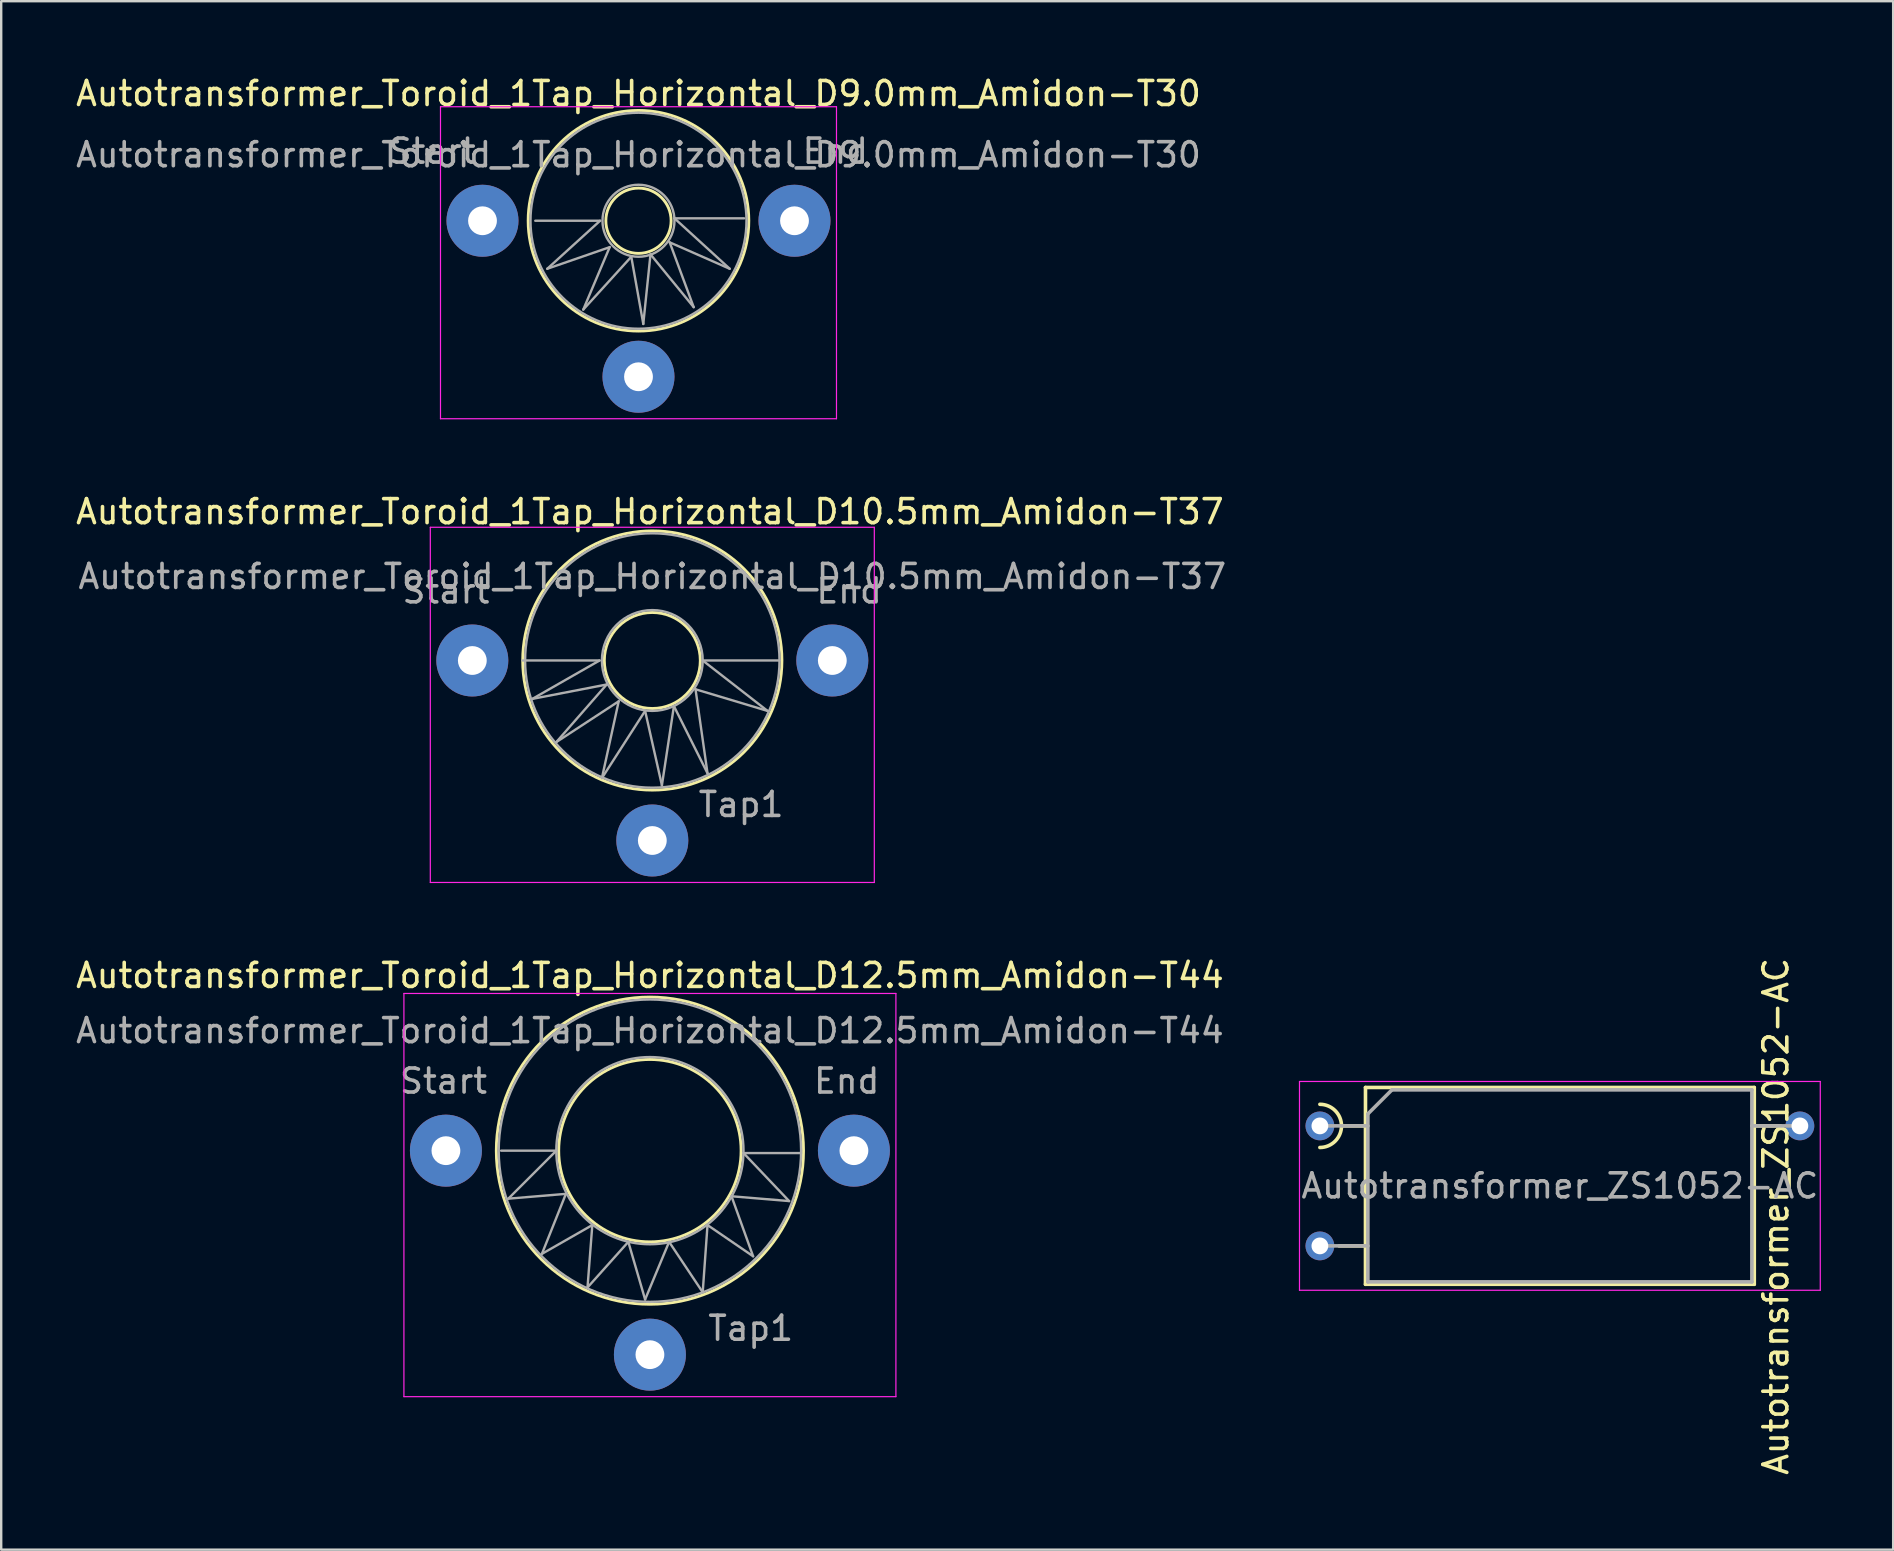
<source format=kicad_pcb>
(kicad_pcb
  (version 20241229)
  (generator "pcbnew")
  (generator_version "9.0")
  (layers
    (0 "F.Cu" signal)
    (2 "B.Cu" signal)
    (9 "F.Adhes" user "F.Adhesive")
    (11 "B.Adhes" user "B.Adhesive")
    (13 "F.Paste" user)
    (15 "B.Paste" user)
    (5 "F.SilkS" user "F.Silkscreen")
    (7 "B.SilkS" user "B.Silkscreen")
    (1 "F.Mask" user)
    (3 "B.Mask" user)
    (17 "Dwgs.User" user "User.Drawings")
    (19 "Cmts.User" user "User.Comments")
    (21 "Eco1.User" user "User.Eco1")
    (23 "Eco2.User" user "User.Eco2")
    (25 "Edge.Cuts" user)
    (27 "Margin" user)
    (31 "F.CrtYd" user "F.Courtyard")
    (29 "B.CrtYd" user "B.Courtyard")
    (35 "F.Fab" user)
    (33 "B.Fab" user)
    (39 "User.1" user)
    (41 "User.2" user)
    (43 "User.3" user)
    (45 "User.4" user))
  (footprint "Autotransformer_ZS1052-AC"
    (layer "F.Cu")
    (at 51.946 43.863)
    (property "Reference" "Autotransformer_ZS1052-AC" (at 19 3.77 90) (layer "F.SilkS") (effects (font (size 1 1) (thickness 0.15))))
    (attr through_hole)
    (fp_line (start 0.8 5) (end 1.9 5) (stroke (width 0.15) (type solid)) (layer "F.SilkS"))
    (fp_line (start 0.9 0) (end 1.9 0) (stroke (width 0.15) (type solid)) (layer "F.SilkS"))
    (fp_line (start 1.9 -1.6) (end 1.9 6.6) (stroke (width 0.15) (type solid)) (layer "F.SilkS"))
    (fp_line (start 1.9 6.6) (end 18.1 6.6) (stroke (width 0.15) (type solid)) (layer "F.SilkS"))
    (fp_line (start 18.1 -1.6) (end 1.9 -1.6) (stroke (width 0.15) (type solid)) (layer "F.SilkS"))
    (fp_line (start 18.1 6.6) (end 18.1 -1.6) (stroke (width 0.15) (type solid)) (layer "F.SilkS"))
    (fp_line (start 19.2 0) (end 18.1 0) (stroke (width 0.15) (type solid)) (layer "F.SilkS"))
    (fp_arc (start 0 -0.9) (mid 0.9 0) (end 0 0.9) (stroke (width 0.15) (type solid)) (layer "F.SilkS"))
    (fp_line (start -0.85 -1.85) (end -0.85 6.85) (stroke (width 0.05) (type solid)) (layer "F.CrtYd"))
    (fp_line (start -0.85 6.85) (end 20.85 6.85) (stroke (width 0.05) (type solid)) (layer "F.CrtYd"))
    (fp_line (start 20.85 -1.85) (end -0.85 -1.85) (stroke (width 0.05) (type solid)) (layer "F.CrtYd"))
    (fp_line (start 20.85 6.85) (end 20.85 -1.85) (stroke (width 0.05) (type solid)) (layer "F.CrtYd"))
    (fp_line (start 0 0) (end 2 0) (stroke (width 0.15) (type solid)) (layer "F.Fab"))
    (fp_line (start 0 5) (end 2 5) (stroke (width 0.15) (type solid)) (layer "F.Fab"))
    (fp_line (start 2 -0.5) (end 2 6.5) (stroke (width 0.15) (type solid)) (layer "F.Fab"))
    (fp_line (start 2 -0.5) (end 3 -1.5) (stroke (width 0.15) (type solid)) (layer "F.Fab"))
    (fp_line (start 2 6.5) (end 18 6.5) (stroke (width 0.15) (type solid)) (layer "F.Fab"))
    (fp_line (start 18 -1.5) (end 3 -1.5) (stroke (width 0.15) (type solid)) (layer "F.Fab"))
    (fp_line (start 18 6.5) (end 18 -1.5) (stroke (width 0.15) (type solid)) (layer "F.Fab"))
    (fp_line (start 20 0) (end 18 0) (stroke (width 0.15) (type solid)) (layer "F.Fab"))
    (fp_text user "${REFERENCE}" (at 10 2.5 0) (layer "F.Fab") (effects (font (size 1 1) (thickness 0.15))))
    (pad "1" thru_hole circle (at 0 0 270) (size 1.2 1.2) (drill 0.7) (layers "*.Cu" "*.Mask"))
    (pad "2" thru_hole circle (at 20 0 270) (size 1.2 1.2) (drill 0.7) (layers "*.Cu" "*.Mask"))
    (pad "3" thru_hole circle (at 0 5 270) (size 1.2 1.2) (drill 0.7) (layers "*.Cu" "*.Mask")))
  (footprint "Autotransformer_Toroid_1Tap_Horizontal_D10.5mm_Amidon-T37"
    (layer "F.Cu")
    (at 16.63 24.471)
    (property "Reference" "Autotransformer_Toroid_1Tap_Horizontal_D10.5mm_Amidon-T37" (at 7.4 -6.2 0) (layer "F.SilkS") (effects (font (size 1 1) (thickness 0.15))))
    (attr through_hole)
    (fp_circle (center 7.5 0) (end 9.5 0) (stroke (width 0.12) (type solid)) (fill no) (layer "F.SilkS"))
    (fp_circle (center 7.5 0) (end 12.9 0) (stroke (width 0.12) (type solid)) (fill no) (layer "F.SilkS"))
    (fp_line (start -1.75 -5.55) (end -1.75 9.25) (stroke (width 0.05) (type solid)) (layer "F.CrtYd"))
    (fp_line (start -1.75 -5.55) (end 16.75 -5.55) (stroke (width 0.05) (type solid)) (layer "F.CrtYd"))
    (fp_line (start 16.75 9.25) (end -1.75 9.25) (stroke (width 0.05) (type solid)) (layer "F.CrtYd"))
    (fp_line (start 16.75 9.25) (end 16.75 -5.55) (stroke (width 0.05) (type solid)) (layer "F.CrtYd"))
    (fp_line (start 2.1 0) (end 5.3 0) (stroke (width 0.1) (type solid)) (layer "F.Fab"))
    (fp_line (start 2.5 1.6) (end 5.6 1) (stroke (width 0.1) (type solid)) (layer "F.Fab"))
    (fp_line (start 3.5 3.4) (end 6.1 1.7) (stroke (width 0.1) (type solid)) (layer "F.Fab"))
    (fp_line (start 5.3 0) (end 2.5 1.6) (stroke (width 0.1) (type solid)) (layer "F.Fab"))
    (fp_line (start 5.4 4.9) (end 7.2 2.1) (stroke (width 0.1) (type solid)) (layer "F.Fab"))
    (fp_line (start 5.6 1) (end 3.5 3.4) (stroke (width 0.1) (type solid)) (layer "F.Fab"))
    (fp_line (start 6.1 1.7) (end 5.4 4.9) (stroke (width 0.1) (type solid)) (layer "F.Fab"))
    (fp_line (start 7.2 2.1) (end 7.9 5.2) (stroke (width 0.1) (type solid)) (layer "F.Fab"))
    (fp_line (start 7.9 5.2) (end 8.4 1.9) (stroke (width 0.1) (type solid)) (layer "F.Fab"))
    (fp_line (start 8.4 1.9) (end 9.8 4.7) (stroke (width 0.1) (type solid)) (layer "F.Fab"))
    (fp_line (start 9.3 1.2) (end 12.3 2.1) (stroke (width 0.1) (type solid)) (layer "F.Fab"))
    (fp_line (start 9.6 0) (end 12.8 0) (stroke (width 0.1) (type solid)) (layer "F.Fab"))
    (fp_line (start 9.8 4.7) (end 9.3 1.2) (stroke (width 0.1) (type solid)) (layer "F.Fab"))
    (fp_line (start 12.3 2.1) (end 9.6 0) (stroke (width 0.1) (type solid)) (layer "F.Fab"))
    (fp_circle (center 7.5 0) (end 9.6 0) (stroke (width 0.1) (type solid)) (fill no) (layer "F.Fab"))
    (fp_circle (center 7.5 0) (end 12.8 0) (stroke (width 0.1) (type solid)) (fill no) (layer "F.Fab"))
    (fp_text user "End" (at 15.7 -2.9 0) (layer "F.Fab") (effects (font (size 1 1) (thickness 0.15))))
    (fp_text user "Tap1" (at 11.2 6 0) (layer "F.Fab") (effects (font (size 1 1) (thickness 0.15))))
    (fp_text user "${REFERENCE}" (at 7.5 -3.5 0) (layer "F.Fab") (effects (font (size 1 1) (thickness 0.15))))
    (fp_text user "Start" (at -1.1 -2.9 0) (layer "F.Fab") (effects (font (size 1 1) (thickness 0.15))))
    (pad "1" thru_hole circle (at 0 0) (size 3 3) (drill 1.2) (layers "*.Cu" "*.Mask"))
    (pad "2" thru_hole circle (at 7.5 7.5) (size 3 3) (drill 1.2) (layers "*.Cu" "*.Mask"))
    (pad "3" thru_hole circle (at 15 0) (size 3 3) (drill 1.2) (layers "*.Cu" "*.Mask")))
  (footprint "Autotransformer_Toroid_1Tap_Horizontal_D12.5mm_Amidon-T44"
    (layer "F.Cu")
    (at 15.53 44.895)
    (property "Reference" "Autotransformer_Toroid_1Tap_Horizontal_D12.5mm_Amidon-T44" (at 8.5 -7.3 0) (layer "F.SilkS") (effects (font (size 1 1) (thickness 0.15))))
    (attr through_hole)
    (fp_circle (center 8.5 0) (end 12.3 0) (stroke (width 0.12) (type solid)) (fill no) (layer "F.SilkS"))
    (fp_circle (center 8.5 0) (end 14.9 0) (stroke (width 0.12) (type solid)) (fill no) (layer "F.SilkS"))
    (fp_line (start -1.75 -6.55) (end -1.75 10.25) (stroke (width 0.05) (type solid)) (layer "F.CrtYd"))
    (fp_line (start -1.75 -6.55) (end 18.75 -6.55) (stroke (width 0.05) (type solid)) (layer "F.CrtYd"))
    (fp_line (start 18.75 10.25) (end -1.75 10.25) (stroke (width 0.05) (type solid)) (layer "F.CrtYd"))
    (fp_line (start 18.75 10.25) (end 18.75 -6.55) (stroke (width 0.05) (type solid)) (layer "F.CrtYd"))
    (fp_line (start 2.3 0) (end 4.6 0) (stroke (width 0.1) (type solid)) (layer "F.Fab"))
    (fp_line (start 2.6 2) (end 5 1.8) (stroke (width 0.1) (type solid)) (layer "F.Fab"))
    (fp_line (start 4 4.3) (end 6.1 3.1) (stroke (width 0.1) (type solid)) (layer "F.Fab"))
    (fp_line (start 4.6 0) (end 2.6 2) (stroke (width 0.1) (type solid)) (layer "F.Fab"))
    (fp_line (start 5 1.8) (end 4 4.3) (stroke (width 0.1) (type solid)) (layer "F.Fab"))
    (fp_line (start 5.9 5.7) (end 7.6 3.8) (stroke (width 0.1) (type solid)) (layer "F.Fab"))
    (fp_line (start 6.1 3.1) (end 5.9 5.7) (stroke (width 0.1) (type solid)) (layer "F.Fab"))
    (fp_line (start 7.6 3.8) (end 8.3 6.2) (stroke (width 0.1) (type solid)) (layer "F.Fab"))
    (fp_line (start 8.3 6.2) (end 9.3 3.8) (stroke (width 0.1) (type solid)) (layer "F.Fab"))
    (fp_line (start 9.3 3.8) (end 10.7 5.9) (stroke (width 0.1) (type solid)) (layer "F.Fab"))
    (fp_line (start 10.7 5.9) (end 10.9 3.1) (stroke (width 0.1) (type solid)) (layer "F.Fab"))
    (fp_line (start 10.9 3.1) (end 12.8 4.4) (stroke (width 0.1) (type solid)) (layer "F.Fab"))
    (fp_line (start 11.9 1.9) (end 14.3 2.1) (stroke (width 0.1) (type solid)) (layer "F.Fab"))
    (fp_line (start 12.4 0.1) (end 14.8 0.1) (stroke (width 0.1) (type solid)) (layer "F.Fab"))
    (fp_line (start 12.8 4.4) (end 11.9 1.9) (stroke (width 0.1) (type solid)) (layer "F.Fab"))
    (fp_line (start 14.3 2.1) (end 12.4 0.1) (stroke (width 0.1) (type solid)) (layer "F.Fab"))
    (fp_circle (center 8.5 0) (end 12.4 0) (stroke (width 0.1) (type solid)) (fill no) (layer "F.Fab"))
    (fp_circle (center 8.5 0) (end 14.8 0) (stroke (width 0.1) (type solid)) (fill no) (layer "F.Fab"))
    (fp_text user "Tap1" (at 12.7 7.4 0) (layer "F.Fab") (effects (font (size 1 1) (thickness 0.15))))
    (fp_text user "End" (at 16.7 -2.9 0) (layer "F.Fab") (effects (font (size 1 1) (thickness 0.15))))
    (fp_text user "Start" (at -0.1 -2.9 0) (layer "F.Fab") (effects (font (size 1 1) (thickness 0.15))))
    (fp_text user "${REFERENCE}" (at 8.5 -5 0) (layer "F.Fab") (effects (font (size 1 1) (thickness 0.15))))
    (pad "1" thru_hole circle (at 0 0) (size 3 3) (drill 1.2) (layers "*.Cu" "*.Mask"))
    (pad "2" thru_hole circle (at 8.5 8.5) (size 3 3) (drill 1.2) (layers "*.Cu" "*.Mask"))
    (pad "3" thru_hole circle (at 17 0) (size 3 3) (drill 1.2) (layers "*.Cu" "*.Mask")))
  (footprint "Autotransformer_Toroid_1Tap_Horizontal_D9.0mm_Amidon-T30"
    (layer "F.Cu")
    (at 17.054 6.148)
    (property "Reference" "Autotransformer_Toroid_1Tap_Horizontal_D9.0mm_Amidon-T30" (at 6.5 -5.3 0) (layer "F.SilkS") (effects (font (size 1 1) (thickness 0.15))))
    (attr through_hole)
    (fp_circle (center 6.5 0) (end 7.6 0.8) (stroke (width 0.12) (type solid)) (fill no) (layer "F.SilkS"))
    (fp_circle (center 6.5 0) (end 9.8 3.2) (stroke (width 0.12) (type solid)) (fill no) (layer "F.SilkS"))
    (fp_line (start -1.75 -4.75) (end -1.75 8.25) (stroke (width 0.05) (type solid)) (layer "F.CrtYd"))
    (fp_line (start -1.75 -4.75) (end 14.75 -4.75) (stroke (width 0.05) (type solid)) (layer "F.CrtYd"))
    (fp_line (start 14.75 8.25) (end -1.75 8.25) (stroke (width 0.05) (type solid)) (layer "F.CrtYd"))
    (fp_line (start 14.75 8.25) (end 14.75 -4.75) (stroke (width 0.05) (type solid)) (layer "F.CrtYd"))
    (fp_line (start 2.2 0) (end 4.9 0) (stroke (width 0.1) (type solid)) (layer "F.Fab"))
    (fp_line (start 2.7 2) (end 5.3 1.1) (stroke (width 0.1) (type solid)) (layer "F.Fab"))
    (fp_line (start 4.2 3.7) (end 6.2 1.5) (stroke (width 0.1) (type solid)) (layer "F.Fab"))
    (fp_line (start 4.9 0) (end 2.7 2) (stroke (width 0.1) (type solid)) (layer "F.Fab"))
    (fp_line (start 5.3 1.1) (end 4.2 3.7) (stroke (width 0.1) (type solid)) (layer "F.Fab"))
    (fp_line (start 6.2 1.5) (end 6.7 4.3) (stroke (width 0.1) (type solid)) (layer "F.Fab"))
    (fp_line (start 6.7 4.3) (end 7 1.4) (stroke (width 0.1) (type solid)) (layer "F.Fab"))
    (fp_line (start 7 1.4) (end 8.8 3.6) (stroke (width 0.1) (type solid)) (layer "F.Fab"))
    (fp_line (start 7.8 0.9) (end 10.3 2) (stroke (width 0.1) (type solid)) (layer "F.Fab"))
    (fp_line (start 8 -0.1) (end 10.9 -0.1) (stroke (width 0.1) (type solid)) (layer "F.Fab"))
    (fp_line (start 8.8 3.6) (end 7.8 0.9) (stroke (width 0.1) (type solid)) (layer "F.Fab"))
    (fp_line (start 10.3 2) (end 8 -0.1) (stroke (width 0.1) (type solid)) (layer "F.Fab"))
    (fp_circle (center 6.5 0) (end 8 0) (stroke (width 0.1) (type solid)) (fill no) (layer "F.Fab"))
    (fp_circle (center 6.5 0) (end 11 0) (stroke (width 0.1) (type solid)) (fill no) (layer "F.Fab"))
    (fp_text user "Start" (at -2.1 -2.9 0) (layer "F.Fab") (effects (font (size 1 1) (thickness 0.15))))
    (fp_text user "${REFERENCE}" (at 6.5 -2.75 0) (layer "F.Fab") (effects (font (size 1 1) (thickness 0.15))))
    (fp_text user "End" (at 14.7 -2.9 0) (layer "F.Fab") (effects (font (size 1 1) (thickness 0.15))))
    (pad "1" thru_hole circle (at 0 0) (size 3 3) (drill 1.2) (layers "*.Cu" "*.Mask"))
    (pad "2" thru_hole circle (at 6.5 6.5) (size 3 3) (drill 1.2) (layers "*.Cu" "*.Mask"))
    (pad "3" thru_hole circle (at 13 0) (size 3 3) (drill 1.2) (layers "*.Cu" "*.Mask")))
  (gr_rect
    (start -3 -3)
    (end 75.833 61.52)
    (stroke (width 0.1) (type default))
    (fill no)
    (layer "Edge.Cuts")))
</source>
